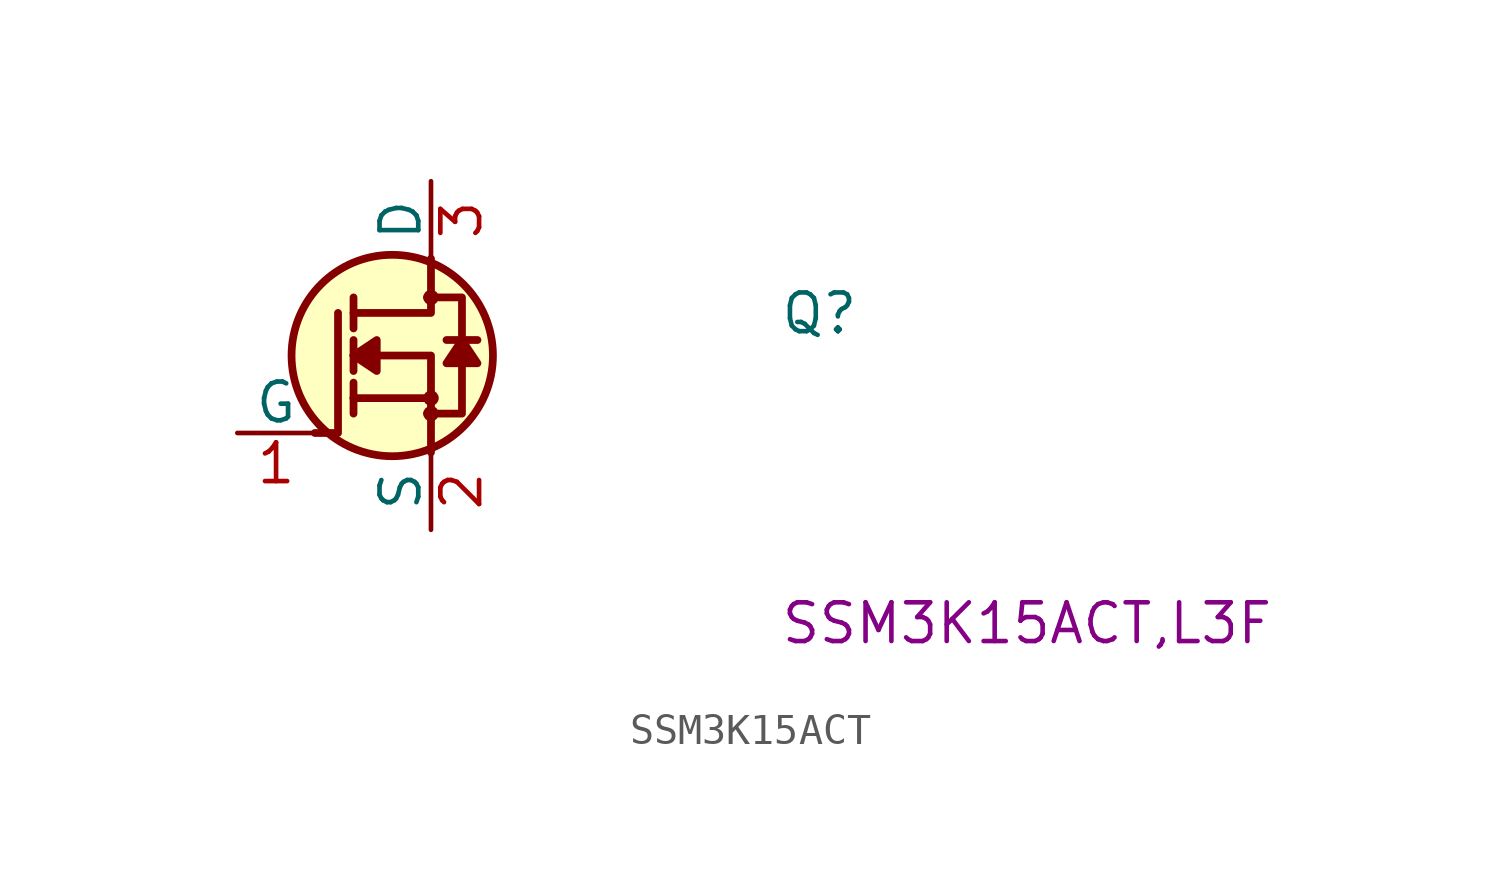
<source format=kicad_sym>
(kicad_symbol_lib
  (version 20220914)
  (generator kicad_symbol_editor)
  (symbol "SSM3K15ACT"
    (pin_names
      (offset 0))
    (property "Reference" "Q"
      (at 17.78 3.175 0)
      (effects (font (size 1.27 1.27) (thickness 0.15)) (justify left bottom)))
    (property "MPN" "SSM3K15ACT,L3F"
      (at 17.78 -6.985 0)
      (effects (font (size 1.27 1.27) (thickness 0.15)) (justify left bottom)))
    (symbol "SSM3K15ACT_1_1"
      (polyline (pts (xy 3.81 1.143) (xy 3.81 0.635)) (stroke (width 0.254) (type default)) (fill (type background)))
      (polyline (pts (xy 3.81 1.143) (xy 3.81 1.651)) (stroke (width 0.254) (type default)) (fill (type background)))
      (polyline (pts (xy 3.81 2.54) (xy 3.81 2.032)) (stroke (width 0.254) (type default)) (fill (type background)))
      (polyline (pts (xy 3.81 2.54) (xy 3.81 3.048)) (stroke (width 0.254) (type default)) (fill (type background)))
      (polyline (pts (xy 3.81 4.445) (xy 3.81 3.429)) (stroke (width 0.254) (type default)) (fill (type background)))
      (polyline (pts (xy 6.35 1.143) (xy 3.81 1.143)) (stroke (width 0.254) (type default)) (fill (type background)))
      (polyline (pts (xy 7.874 3.048) (xy 6.858 3.048)) (stroke (width 0.254) (type default)) (fill (type background)))
      (polyline (pts (xy 2.54 0) (xy 3.302 0) (xy 3.302 3.937)) (stroke (width 0.254) (type default)) (fill (type none)))
      (polyline (pts (xy 6.35 -0.635) (xy 6.35 2.54) (xy 3.81 2.54)) (stroke (width 0.254) (type default)) (fill (type none)))
      (polyline (pts (xy 6.35 5.715) (xy 6.35 3.937) (xy 3.81 3.937)) (stroke (width 0.254) (type default)) (fill (type none)))
      (polyline (pts (xy 3.81 2.54) (xy 4.572 3.048) (xy 4.572 2.032) (xy 3.81 2.54)) (stroke (width 0.254) (type default)) (fill (type outline)))
      (polyline (pts (xy 7.366 3.048) (xy 6.858 2.286) (xy 7.874 2.286) (xy 7.366 3.048)) (stroke (width 0.254) (type default)) (fill (type outline)))
      (polyline (pts (xy 6.223 0.635) (xy 7.366 0.635) (xy 7.366 3.937) (xy 7.366 4.445) (xy 6.223 4.445)) (stroke (width 0.254) (type default)) (fill (type background)))
      (circle (center 5.08 2.54) (radius 3.302) (stroke (width 0.254) (type default)) (fill (type background)))
      (circle (center 6.35 0.635) (radius 0.127) (stroke (width 0.254) (type default)) (fill (type background)))
      (circle (center 6.35 1.143) (radius 0.127) (stroke (width 0.254) (type default)) (fill (type background)))
      (circle (center 6.35 4.445) (radius 0.127) (stroke (width 0.254) (type default)) (fill (type background)))
      (pin bidirectional line (at 0 0 0) (length 2.54) (name "G" (effects (font (size 1.27 1.27)))) (number "1" (effects (font (size 1.27 1.27)))))
      (pin bidirectional line (at 6.35 -3.175 90) (length 2.54) (name "S" (effects (font (size 1.27 1.27)))) (number "2" (effects (font (size 1.27 1.27)))))
      (pin bidirectional line (at 6.35 8.255 270) (length 2.54) (name "D" (effects (font (size 1.27 1.27)))) (number "3" (effects (font (size 1.27 1.27))))))))
</source>
